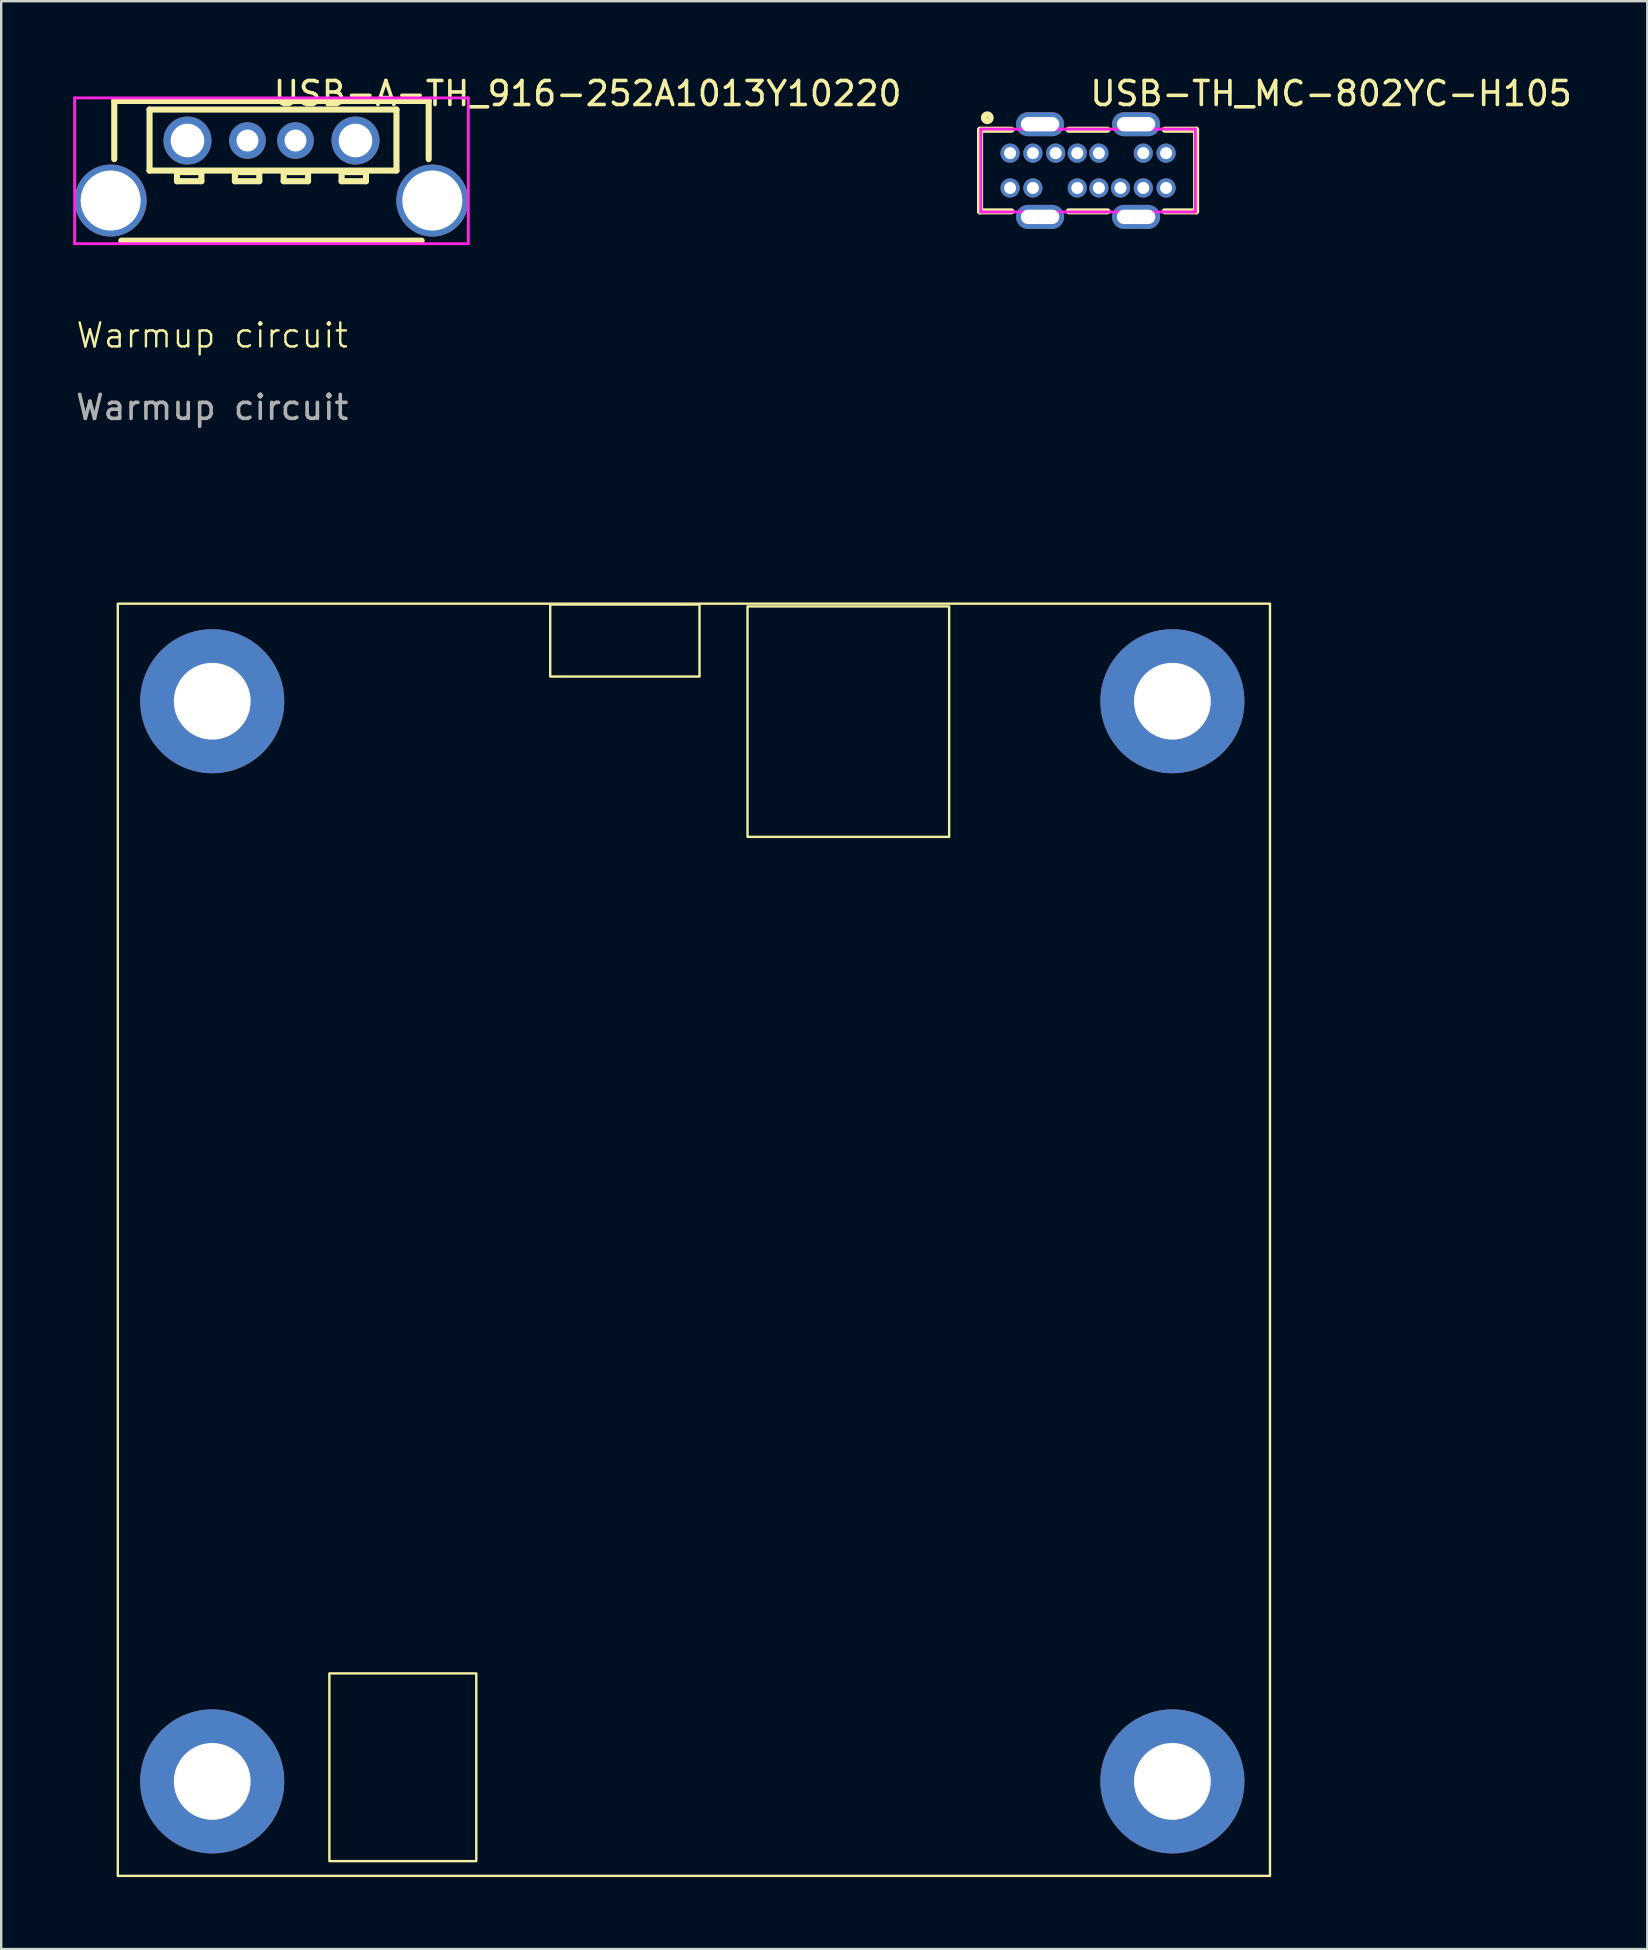
<source format=kicad_pcb>
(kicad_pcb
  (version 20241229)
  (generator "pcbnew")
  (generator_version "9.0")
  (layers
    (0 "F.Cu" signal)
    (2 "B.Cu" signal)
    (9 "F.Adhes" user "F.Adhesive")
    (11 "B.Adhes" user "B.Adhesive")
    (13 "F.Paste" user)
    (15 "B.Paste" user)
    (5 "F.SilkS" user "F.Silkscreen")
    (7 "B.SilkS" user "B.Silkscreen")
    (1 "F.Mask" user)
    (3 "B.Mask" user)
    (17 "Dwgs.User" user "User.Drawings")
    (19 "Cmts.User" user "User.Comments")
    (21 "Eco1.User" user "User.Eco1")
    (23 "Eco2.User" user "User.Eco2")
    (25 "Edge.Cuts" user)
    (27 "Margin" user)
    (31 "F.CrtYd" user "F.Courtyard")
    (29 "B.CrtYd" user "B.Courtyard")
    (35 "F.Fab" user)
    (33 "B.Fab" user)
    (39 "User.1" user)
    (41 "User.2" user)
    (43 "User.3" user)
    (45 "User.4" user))
  (footprint "Warmup circuit"
    (layer "F.Cu")
    (at 5.792 26.164)
    (property "Reference" "Warmup circuit" (at 0 -15.24 0) (unlocked yes) (layer "F.SilkS") (effects (font (size 1 1) (thickness 0.1))))
    (attr through_hole)
    (fp_rect (start -3.934 48.936) (end 44.066 -4.064) (stroke (width 0.1) (type default)) (fill no) (layer "F.SilkS"))
    (fp_rect (start 4.88 48.32) (end 11 40.5) (stroke (width 0.1) (type default)) (fill no) (layer "F.SilkS"))
    (fp_rect (start 14.08 -1.03) (end 20.3 -4.03) (stroke (width 0.1) (type default)) (fill no) (layer "F.SilkS"))
    (fp_rect (start 22.3 -3.95) (end 30.7 5.65) (stroke (width 0.1) (type default)) (fill no) (layer "F.SilkS"))
    (fp_text user "${REFERENCE}" (at 0 -12.24 0) (unlocked yes) (layer "F.Fab") (effects (font (size 1 1) (thickness 0.15))))
    (pad "1" thru_hole circle (at 0 0) (size 6 6) (drill 3.2) (layers "*.Cu" "*.Mask"))
    (pad "1" thru_hole circle (at 0 45) (size 6 6) (drill 3.2) (layers "*.Cu" "*.Mask"))
    (pad "1" thru_hole circle (at 40 0) (size 6 6) (drill 3.2) (layers "*.Cu" "*.Mask"))
    (pad "1" thru_hole circle (at 40 45) (size 6 6) (drill 3.2) (layers "*.Cu" "*.Mask")))
  (footprint "USB-TH_MC-802YC-H105"
    (layer "F.Cu")
    (at 42.28 4.055)
    (property "Reference" "USB-TH_MC-802YC-H105" (at 0 -3.207 0) (layer "F.SilkS") (effects (font (size 1 1) (thickness 0.15)) (justify left)))
    (attr through_hole)
    (fp_line (start -4.5 -1.7) (end -3.194 -1.7) (stroke (width 0.254) (type solid)) (layer "F.SilkS"))
    (fp_line (start -4.5 1.7) (end -4.5 -1.7) (stroke (width 0.254) (type solid)) (layer "F.SilkS"))
    (fp_line (start -3.194 1.7) (end -4.5 1.7) (stroke (width 0.254) (type solid)) (layer "F.SilkS"))
    (fp_line (start -0.806 -1.7) (end 0.806 -1.7) (stroke (width 0.254) (type solid)) (layer "F.SilkS"))
    (fp_line (start 0.806 1.7) (end -0.806 1.7) (stroke (width 0.254) (type solid)) (layer "F.SilkS"))
    (fp_line (start 3.194 -1.7) (end 4.5 -1.7) (stroke (width 0.254) (type solid)) (layer "F.SilkS"))
    (fp_line (start 4.5 -1.7) (end 4.5 1.7) (stroke (width 0.254) (type solid)) (layer "F.SilkS"))
    (fp_line (start 4.5 1.7) (end 3.194 1.7) (stroke (width 0.254) (type solid)) (layer "F.SilkS"))
    (fp_circle (center -4.2 -2.2) (end -4.058 -2.2) (stroke (width 0.254) (type solid)) (fill no) (layer "F.SilkS"))
    (fp_line (start -4.47 -1.725) (end 4.47 -1.725) (stroke (width 0.12) (type solid)) (layer "F.CrtYd"))
    (fp_line (start -4.47 1.725) (end -4.47 -1.725) (stroke (width 0.12) (type solid)) (layer "F.CrtYd"))
    (fp_line (start 4.47 -1.725) (end 4.47 1.725) (stroke (width 0.12) (type solid)) (layer "F.CrtYd"))
    (fp_line (start 4.47 1.725) (end -4.47 1.725) (stroke (width 0.12) (type solid)) (layer "F.CrtYd"))
    (pad "1" thru_hole oval (at 2 1.93) (size 2 1) (drill oval 1.6 0.6) (layers "*.Cu" "*.Mask"))
    (pad "2" thru_hole oval (at -2 1.93) (size 2 1) (drill oval 1.6 0.6) (layers "*.Cu" "*.Mask"))
    (pad "3" thru_hole oval (at 2 -1.93) (size 2 1) (drill oval 1.6 0.6) (layers "*.Cu" "*.Mask"))
    (pad "4" thru_hole oval (at -2 -1.93) (size 2 1) (drill oval 1.6 0.6) (layers "*.Cu" "*.Mask"))
    (pad "A1" thru_hole circle (at -3.25 -0.725) (size 0.8 0.8) (drill 0.5) (layers "*.Cu" "*.Mask"))
    (pad "A4" thru_hole circle (at -2.3 -0.725) (size 0.8 0.8) (drill 0.5) (layers "*.Cu" "*.Mask"))
    (pad "A5" thru_hole circle (at -1.35 -0.725) (size 0.8 0.8) (drill 0.5) (layers "*.Cu" "*.Mask"))
    (pad "A6" thru_hole circle (at -0.45 -0.725) (size 0.8 0.8) (drill 0.5) (layers "*.Cu" "*.Mask"))
    (pad "A7" thru_hole circle (at 0.45 -0.725) (size 0.8 0.8) (drill 0.5) (layers "*.Cu" "*.Mask"))
    (pad "A9" thru_hole circle (at 2.3 -0.725) (size 0.8 0.8) (drill 0.5) (layers "*.Cu" "*.Mask"))
    (pad "A12" thru_hole circle (at 3.25 -0.725) (size 0.8 0.8) (drill 0.5) (layers "*.Cu" "*.Mask"))
    (pad "B1" thru_hole circle (at 3.25 0.725) (size 0.8 0.8) (drill 0.5) (layers "*.Cu" "*.Mask"))
    (pad "B4" thru_hole circle (at 2.3 0.725) (size 0.8 0.8) (drill 0.5) (layers "*.Cu" "*.Mask"))
    (pad "B5" thru_hole circle (at 1.35 0.725) (size 0.8 0.8) (drill 0.5) (layers "*.Cu" "*.Mask"))
    (pad "B6" thru_hole circle (at 0.45 0.725) (size 0.8 0.8) (drill 0.5) (layers "*.Cu" "*.Mask"))
    (pad "B7" thru_hole circle (at -0.45 0.725) (size 0.8 0.8) (drill 0.5) (layers "*.Cu" "*.Mask"))
    (pad "B9" thru_hole circle (at -2.3 0.725) (size 0.8 0.8) (drill 0.5) (layers "*.Cu" "*.Mask"))
    (pad "B12" thru_hole circle (at -3.25 0.725) (size 0.8 0.8) (drill 0.5) (layers "*.Cu" "*.Mask")))
  (footprint "USB-A-TH_916-252A1013Y10220"
    (layer "F.Cu")
    (at 8.26 4.055)
    (property "Reference" "USB-A-TH_916-252A1013Y10220" (at 0 -3.207 0) (layer "F.SilkS") (effects (font (size 1 1) (thickness 0.15)) (justify left)))
    (attr through_hole)
    (fp_line (start -6.55 -2.9) (end -6.55 -0.475) (stroke (width 0.254) (type solid)) (layer "F.SilkS"))
    (fp_line (start -6.255 2.921) (end 6.255 2.921) (stroke (width 0.254) (type solid)) (layer "F.SilkS"))
    (fp_line (start -5.08 -2.54) (end 5.207 -2.54) (stroke (width 0.254) (type solid)) (layer "F.SilkS"))
    (fp_line (start -5.08 0) (end -5.08 -2.54) (stroke (width 0.254) (type solid)) (layer "F.SilkS"))
    (fp_line (start -3.937 0.063) (end -2.921 0.063) (stroke (width 0.254) (type solid)) (layer "F.SilkS"))
    (fp_line (start -3.937 0.444) (end -3.937 0.063) (stroke (width 0.254) (type solid)) (layer "F.SilkS"))
    (fp_line (start -2.921 0.063) (end -2.921 0.444) (stroke (width 0.254) (type solid)) (layer "F.SilkS"))
    (fp_line (start -2.921 0.444) (end -3.937 0.444) (stroke (width 0.254) (type solid)) (layer "F.SilkS"))
    (fp_line (start -1.524 0.063) (end -0.508 0.063) (stroke (width 0.254) (type solid)) (layer "F.SilkS"))
    (fp_line (start -1.524 0.444) (end -1.524 0.063) (stroke (width 0.254) (type solid)) (layer "F.SilkS"))
    (fp_line (start -0.508 0.063) (end -0.508 0.444) (stroke (width 0.254) (type solid)) (layer "F.SilkS"))
    (fp_line (start -0.508 0.444) (end -1.524 0.444) (stroke (width 0.254) (type solid)) (layer "F.SilkS"))
    (fp_line (start 0.508 0.063) (end 1.524 0.063) (stroke (width 0.254) (type solid)) (layer "F.SilkS"))
    (fp_line (start 0.508 0.444) (end 0.508 0.063) (stroke (width 0.254) (type solid)) (layer "F.SilkS"))
    (fp_line (start 1.524 0.063) (end 1.524 0.444) (stroke (width 0.254) (type solid)) (layer "F.SilkS"))
    (fp_line (start 1.524 0.444) (end 0.508 0.444) (stroke (width 0.254) (type solid)) (layer "F.SilkS"))
    (fp_line (start 2.921 0.063) (end 3.937 0.063) (stroke (width 0.254) (type solid)) (layer "F.SilkS"))
    (fp_line (start 2.921 0.444) (end 2.921 0.063) (stroke (width 0.254) (type solid)) (layer "F.SilkS"))
    (fp_line (start 3.937 0.063) (end 3.937 0.444) (stroke (width 0.254) (type solid)) (layer "F.SilkS"))
    (fp_line (start 3.937 0.444) (end 2.921 0.444) (stroke (width 0.254) (type solid)) (layer "F.SilkS"))
    (fp_line (start 5.207 -2.54) (end 5.207 0) (stroke (width 0.254) (type solid)) (layer "F.SilkS"))
    (fp_line (start 5.207 0) (end -5.08 0) (stroke (width 0.254) (type solid)) (layer "F.SilkS"))
    (fp_line (start 6.55 -2.9) (end -6.55 -2.9) (stroke (width 0.254) (type solid)) (layer "F.SilkS"))
    (fp_line (start 6.55 -2.9) (end 6.55 -0.475) (stroke (width 0.254) (type solid)) (layer "F.SilkS"))
    (fp_circle (center -8.2 -3.027) (end -8.17 -3.027) (stroke (width 0.06) (type solid)) (fill no) (layer "Eco2.User"))
    (fp_circle (center -6.7 1.25) (end -6.125 1.25) (stroke (width 1.15) (type solid)) (fill no) (layer "Eco2.User"))
    (fp_circle (center -3.5 -1.25) (end -3.2 -1.25) (stroke (width 0.6) (type solid)) (fill no) (layer "Eco2.User"))
    (fp_circle (center -1 -1.25) (end -0.821 -1.25) (stroke (width 0.357) (type solid)) (fill no) (layer "Eco2.User"))
    (fp_circle (center 1 -1.25) (end 1.179 -1.25) (stroke (width 0.357) (type solid)) (fill no) (layer "Eco2.User"))
    (fp_circle (center 3.5 -1.25) (end 3.8 -1.25) (stroke (width 0.6) (type solid)) (fill no) (layer "Eco2.User"))
    (fp_circle (center 6.7 1.25) (end 7.275 1.25) (stroke (width 1.15) (type solid)) (fill no) (layer "Eco2.User"))
    (fp_line (start -8.2 -3.027) (end 8.2 -3.027) (stroke (width 0.12) (type solid)) (layer "F.CrtYd"))
    (fp_line (start -8.2 3.048) (end -8.2 -3.027) (stroke (width 0.12) (type solid)) (layer "F.CrtYd"))
    (fp_line (start 8.2 -3.027) (end 8.2 3.048) (stroke (width 0.12) (type solid)) (layer "F.CrtYd"))
    (fp_line (start 8.2 3.048) (end -8.2 3.048) (stroke (width 0.12) (type solid)) (layer "F.CrtYd"))
    (pad "1" thru_hole circle (at -3.5 -1.25) (size 2 2) (drill 1.4) (layers "*.Cu" "*.Mask"))
    (pad "2" thru_hole circle (at -1 -1.25) (size 1.524 1.524) (drill 0.914) (layers "*.Cu" "*.Mask"))
    (pad "3" thru_hole circle (at 1 -1.25) (size 1.524 1.524) (drill 0.914) (layers "*.Cu" "*.Mask"))
    (pad "4" thru_hole circle (at 3.5 -1.25) (size 2 2) (drill 1.4) (layers "*.Cu" "*.Mask"))
    (pad "5" thru_hole circle (at -6.7 1.25) (size 3 3) (drill 2.5) (layers "*.Cu" "*.Mask"))
    (pad "6" thru_hole circle (at 6.7 1.25) (size 3 3) (drill 2.5) (layers "*.Cu" "*.Mask")))
  (gr_rect
    (start -3 -3)
    (end 65.577 78.15)
    (stroke (width 0.1) (type default))
    (fill no)
    (layer "Edge.Cuts")))
</source>
